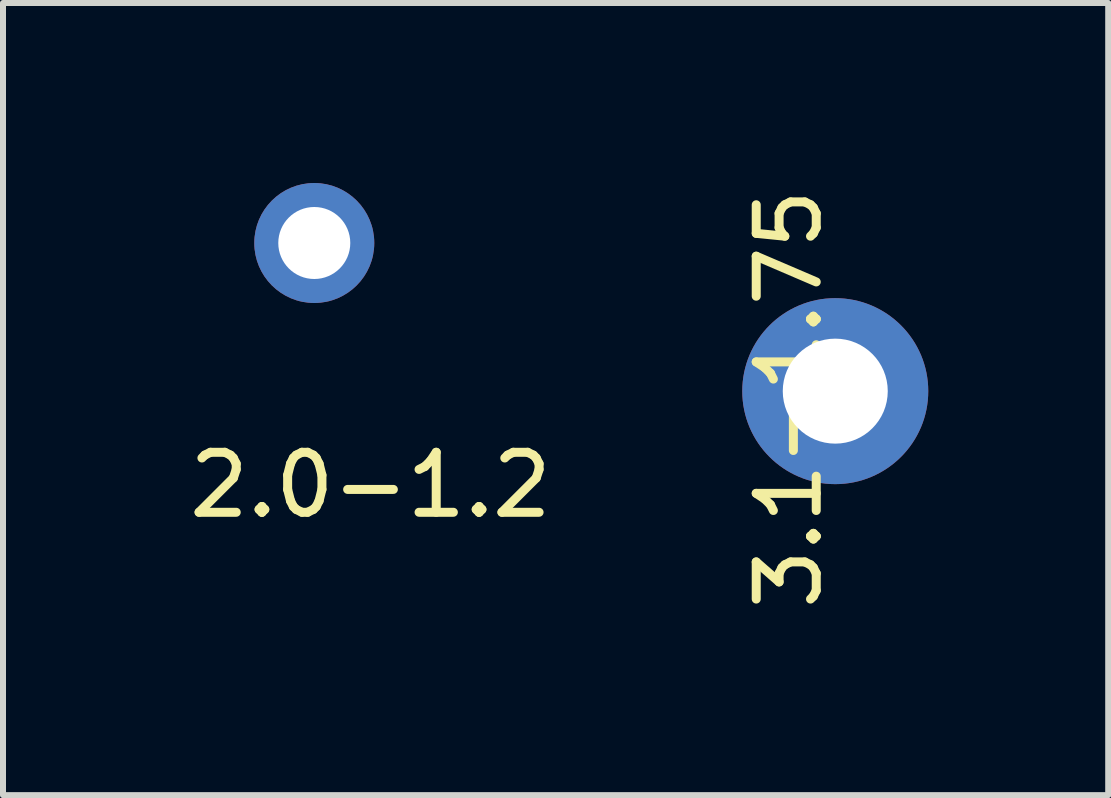
<source format=kicad_pcb>
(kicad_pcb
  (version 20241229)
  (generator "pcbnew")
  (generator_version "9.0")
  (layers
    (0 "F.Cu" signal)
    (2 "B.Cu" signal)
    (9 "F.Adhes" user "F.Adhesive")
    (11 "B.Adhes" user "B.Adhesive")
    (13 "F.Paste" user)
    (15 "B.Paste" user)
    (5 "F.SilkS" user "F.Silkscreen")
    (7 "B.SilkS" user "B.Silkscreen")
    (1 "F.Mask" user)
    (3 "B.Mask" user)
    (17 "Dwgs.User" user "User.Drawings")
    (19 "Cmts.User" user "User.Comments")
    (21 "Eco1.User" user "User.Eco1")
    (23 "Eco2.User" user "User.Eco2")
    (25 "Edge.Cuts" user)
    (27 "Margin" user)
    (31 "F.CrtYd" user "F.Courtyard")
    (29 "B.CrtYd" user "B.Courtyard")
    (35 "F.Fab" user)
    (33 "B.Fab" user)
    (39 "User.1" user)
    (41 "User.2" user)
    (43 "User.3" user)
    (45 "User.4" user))
  (footprint "3.1-1.75"
    (layer "F.Cu")
    (at 10.942 3.449)
    (property "Reference" "3.1-1.75" (at -0.843 0.152 90) (layer "F.SilkS") (effects (font (size 1 1) (thickness 0.15))))
    (attr through_hole)
    (pad "1" thru_hole circle (at -0.071 0.02) (size 3.1 3.1) (drill 1.75) (layers "*.Cu" "*.Mask")))
  (footprint "2.0-1.2"
    (layer "F.Cu")
    (at 3.125 4.533)
    (property "Reference" "2.0-1.2" (at 0 0.5 0) (layer "F.SilkS") (effects (font (size 1 1) (thickness 0.15))))
    (attr through_hole)
    (pad "1" thru_hole circle (at -0.937 -3.533) (size 2 2) (drill 1.2) (layers "*.Cu" "*.Mask")))
  (gr_rect
    (start -3 -3)
    (end 15.42 10.202)
    (stroke (width 0.1) (type default))
    (fill no)
    (layer "Edge.Cuts")))
</source>
